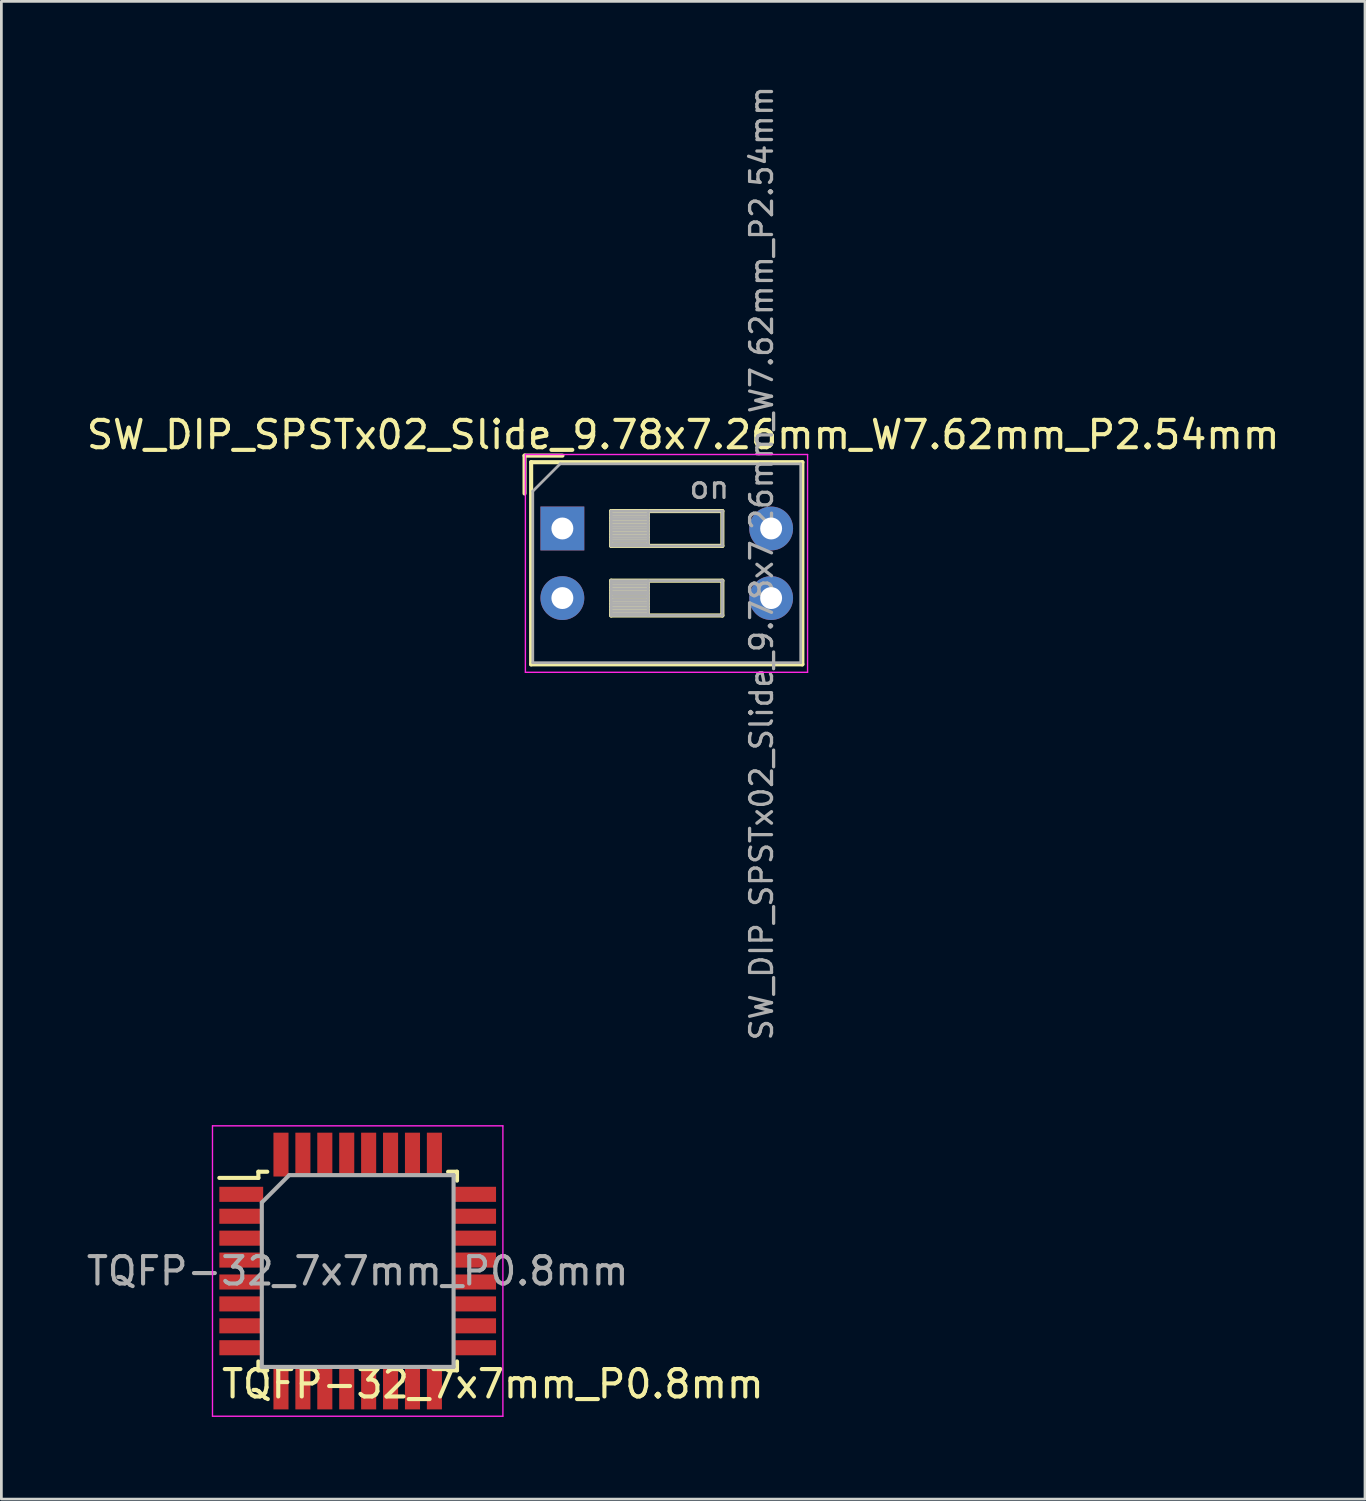
<source format=kicad_pcb>
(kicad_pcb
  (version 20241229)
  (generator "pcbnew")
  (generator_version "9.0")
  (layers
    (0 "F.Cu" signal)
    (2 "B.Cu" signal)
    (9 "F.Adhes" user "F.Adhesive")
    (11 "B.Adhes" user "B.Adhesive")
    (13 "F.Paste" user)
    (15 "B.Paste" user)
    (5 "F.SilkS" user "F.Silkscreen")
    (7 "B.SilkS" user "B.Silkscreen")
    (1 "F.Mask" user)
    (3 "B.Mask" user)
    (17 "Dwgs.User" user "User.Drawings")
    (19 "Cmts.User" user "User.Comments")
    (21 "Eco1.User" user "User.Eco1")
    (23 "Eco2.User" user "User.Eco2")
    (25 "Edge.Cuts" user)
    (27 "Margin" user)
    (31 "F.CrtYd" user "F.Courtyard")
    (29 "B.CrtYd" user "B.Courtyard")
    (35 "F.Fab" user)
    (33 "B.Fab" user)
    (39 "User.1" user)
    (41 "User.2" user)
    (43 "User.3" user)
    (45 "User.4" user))
  (footprint "SW_DIP_SPSTx02_Slide_9.78x7.26mm_W7.62mm_P2.54mm"
    (layer "F.Cu")
    (at 18.077 16.24)
    (property "Reference" "SW_DIP_SPSTx02_Slide_9.78x7.26mm_W7.62mm_P2.54mm" (at 3.81 -3.42 0) (layer "F.SilkS") (effects (font (size 1 1) (thickness 0.15))))
    (attr through_hole)
    (fp_line (start -1.98 -2.66) (end -1.98 -1.277) (stroke (width 0.15) (type solid)) (layer "F.SilkS"))
    (fp_line (start -1.98 -2.66) (end -0.596 -2.66) (stroke (width 0.15) (type solid)) (layer "F.SilkS"))
    (fp_line (start -1.74 -2.42) (end -1.74 4.96) (stroke (width 0.15) (type solid)) (layer "F.SilkS"))
    (fp_line (start -1.74 -2.42) (end 8.16 -2.42) (stroke (width 0.15) (type solid)) (layer "F.SilkS"))
    (fp_line (start -1.74 4.96) (end 8.16 4.96) (stroke (width 0.15) (type solid)) (layer "F.SilkS"))
    (fp_line (start 1.18 -0.635) (end 1.18 0.635) (stroke (width 0.15) (type solid)) (layer "F.SilkS"))
    (fp_line (start 1.18 -0.515) (end 2.533 -0.515) (stroke (width 0.12) (type solid)) (layer "F.SilkS"))
    (fp_line (start 1.18 -0.395) (end 2.533 -0.395) (stroke (width 0.12) (type solid)) (layer "F.SilkS"))
    (fp_line (start 1.18 -0.275) (end 2.533 -0.275) (stroke (width 0.12) (type solid)) (layer "F.SilkS"))
    (fp_line (start 1.18 -0.155) (end 2.533 -0.155) (stroke (width 0.12) (type solid)) (layer "F.SilkS"))
    (fp_line (start 1.18 -0.035) (end 2.533 -0.035) (stroke (width 0.12) (type solid)) (layer "F.SilkS"))
    (fp_line (start 1.18 0.085) (end 2.533 0.085) (stroke (width 0.12) (type solid)) (layer "F.SilkS"))
    (fp_line (start 1.18 0.205) (end 2.533 0.205) (stroke (width 0.12) (type solid)) (layer "F.SilkS"))
    (fp_line (start 1.18 0.325) (end 2.533 0.325) (stroke (width 0.12) (type solid)) (layer "F.SilkS"))
    (fp_line (start 1.18 0.445) (end 2.533 0.445) (stroke (width 0.12) (type solid)) (layer "F.SilkS"))
    (fp_line (start 1.18 0.565) (end 2.533 0.565) (stroke (width 0.12) (type solid)) (layer "F.SilkS"))
    (fp_line (start 1.18 0.635) (end 5.24 0.635) (stroke (width 0.15) (type solid)) (layer "F.SilkS"))
    (fp_line (start 1.18 1.905) (end 1.18 3.175) (stroke (width 0.15) (type solid)) (layer "F.SilkS"))
    (fp_line (start 1.18 2.025) (end 2.533 2.025) (stroke (width 0.12) (type solid)) (layer "F.SilkS"))
    (fp_line (start 1.18 2.145) (end 2.533 2.145) (stroke (width 0.12) (type solid)) (layer "F.SilkS"))
    (fp_line (start 1.18 2.265) (end 2.533 2.265) (stroke (width 0.12) (type solid)) (layer "F.SilkS"))
    (fp_line (start 1.18 2.385) (end 2.533 2.385) (stroke (width 0.12) (type solid)) (layer "F.SilkS"))
    (fp_line (start 1.18 2.505) (end 2.533 2.505) (stroke (width 0.12) (type solid)) (layer "F.SilkS"))
    (fp_line (start 1.18 2.625) (end 2.533 2.625) (stroke (width 0.12) (type solid)) (layer "F.SilkS"))
    (fp_line (start 1.18 2.745) (end 2.533 2.745) (stroke (width 0.12) (type solid)) (layer "F.SilkS"))
    (fp_line (start 1.18 2.865) (end 2.533 2.865) (stroke (width 0.12) (type solid)) (layer "F.SilkS"))
    (fp_line (start 1.18 2.985) (end 2.533 2.985) (stroke (width 0.12) (type solid)) (layer "F.SilkS"))
    (fp_line (start 1.18 3.105) (end 2.533 3.105) (stroke (width 0.12) (type solid)) (layer "F.SilkS"))
    (fp_line (start 1.18 3.175) (end 5.24 3.175) (stroke (width 0.15) (type solid)) (layer "F.SilkS"))
    (fp_line (start 2.533 -0.635) (end 2.533 0.635) (stroke (width 0.12) (type solid)) (layer "F.SilkS"))
    (fp_line (start 2.533 1.905) (end 2.533 3.175) (stroke (width 0.12) (type solid)) (layer "F.SilkS"))
    (fp_line (start 5.24 -0.635) (end 1.18 -0.635) (stroke (width 0.15) (type solid)) (layer "F.SilkS"))
    (fp_line (start 5.24 0.635) (end 5.24 -0.635) (stroke (width 0.15) (type solid)) (layer "F.SilkS"))
    (fp_line (start 5.24 1.905) (end 1.18 1.905) (stroke (width 0.15) (type solid)) (layer "F.SilkS"))
    (fp_line (start 5.24 3.175) (end 5.24 1.905) (stroke (width 0.15) (type solid)) (layer "F.SilkS"))
    (fp_line (start 8.16 -2.42) (end 8.16 4.96) (stroke (width 0.15) (type solid)) (layer "F.SilkS"))
    (fp_line (start -1.95 -2.7) (end -1.95 5.25) (stroke (width 0.05) (type solid)) (layer "F.CrtYd"))
    (fp_line (start -1.95 5.25) (end 8.35 5.25) (stroke (width 0.05) (type solid)) (layer "F.CrtYd"))
    (fp_line (start 8.35 -2.7) (end -1.95 -2.7) (stroke (width 0.05) (type solid)) (layer "F.CrtYd"))
    (fp_line (start 8.35 5.25) (end 8.35 -2.7) (stroke (width 0.05) (type solid)) (layer "F.CrtYd"))
    (fp_line (start -1.68 -1.36) (end -0.68 -2.36) (stroke (width 0.1) (type solid)) (layer "F.Fab"))
    (fp_line (start -1.68 4.9) (end -1.68 -1.36) (stroke (width 0.1) (type solid)) (layer "F.Fab"))
    (fp_line (start -0.68 -2.36) (end 8.1 -2.36) (stroke (width 0.1) (type solid)) (layer "F.Fab"))
    (fp_line (start 1.18 -0.635) (end 1.18 0.635) (stroke (width 0.1) (type solid)) (layer "F.Fab"))
    (fp_line (start 1.18 -0.535) (end 2.533 -0.535) (stroke (width 0.1) (type solid)) (layer "F.Fab"))
    (fp_line (start 1.18 -0.435) (end 2.533 -0.435) (stroke (width 0.1) (type solid)) (layer "F.Fab"))
    (fp_line (start 1.18 -0.335) (end 2.533 -0.335) (stroke (width 0.1) (type solid)) (layer "F.Fab"))
    (fp_line (start 1.18 -0.235) (end 2.533 -0.235) (stroke (width 0.1) (type solid)) (layer "F.Fab"))
    (fp_line (start 1.18 -0.135) (end 2.533 -0.135) (stroke (width 0.1) (type solid)) (layer "F.Fab"))
    (fp_line (start 1.18 -0.035) (end 2.533 -0.035) (stroke (width 0.1) (type solid)) (layer "F.Fab"))
    (fp_line (start 1.18 0.065) (end 2.533 0.065) (stroke (width 0.1) (type solid)) (layer "F.Fab"))
    (fp_line (start 1.18 0.165) (end 2.533 0.165) (stroke (width 0.1) (type solid)) (layer "F.Fab"))
    (fp_line (start 1.18 0.265) (end 2.533 0.265) (stroke (width 0.1) (type solid)) (layer "F.Fab"))
    (fp_line (start 1.18 0.365) (end 2.533 0.365) (stroke (width 0.1) (type solid)) (layer "F.Fab"))
    (fp_line (start 1.18 0.465) (end 2.533 0.465) (stroke (width 0.1) (type solid)) (layer "F.Fab"))
    (fp_line (start 1.18 0.565) (end 2.533 0.565) (stroke (width 0.1) (type solid)) (layer "F.Fab"))
    (fp_line (start 1.18 0.635) (end 5.24 0.635) (stroke (width 0.1) (type solid)) (layer "F.Fab"))
    (fp_line (start 1.18 1.905) (end 1.18 3.175) (stroke (width 0.1) (type solid)) (layer "F.Fab"))
    (fp_line (start 1.18 2.005) (end 2.533 2.005) (stroke (width 0.1) (type solid)) (layer "F.Fab"))
    (fp_line (start 1.18 2.105) (end 2.533 2.105) (stroke (width 0.1) (type solid)) (layer "F.Fab"))
    (fp_line (start 1.18 2.205) (end 2.533 2.205) (stroke (width 0.1) (type solid)) (layer "F.Fab"))
    (fp_line (start 1.18 2.305) (end 2.533 2.305) (stroke (width 0.1) (type solid)) (layer "F.Fab"))
    (fp_line (start 1.18 2.405) (end 2.533 2.405) (stroke (width 0.1) (type solid)) (layer "F.Fab"))
    (fp_line (start 1.18 2.505) (end 2.533 2.505) (stroke (width 0.1) (type solid)) (layer "F.Fab"))
    (fp_line (start 1.18 2.605) (end 2.533 2.605) (stroke (width 0.1) (type solid)) (layer "F.Fab"))
    (fp_line (start 1.18 2.705) (end 2.533 2.705) (stroke (width 0.1) (type solid)) (layer "F.Fab"))
    (fp_line (start 1.18 2.805) (end 2.533 2.805) (stroke (width 0.1) (type solid)) (layer "F.Fab"))
    (fp_line (start 1.18 2.905) (end 2.533 2.905) (stroke (width 0.1) (type solid)) (layer "F.Fab"))
    (fp_line (start 1.18 3.005) (end 2.533 3.005) (stroke (width 0.1) (type solid)) (layer "F.Fab"))
    (fp_line (start 1.18 3.105) (end 2.533 3.105) (stroke (width 0.1) (type solid)) (layer "F.Fab"))
    (fp_line (start 1.18 3.175) (end 5.24 3.175) (stroke (width 0.1) (type solid)) (layer "F.Fab"))
    (fp_line (start 2.533 -0.635) (end 2.533 0.635) (stroke (width 0.1) (type solid)) (layer "F.Fab"))
    (fp_line (start 2.533 1.905) (end 2.533 3.175) (stroke (width 0.1) (type solid)) (layer "F.Fab"))
    (fp_line (start 5.24 -0.635) (end 1.18 -0.635) (stroke (width 0.1) (type solid)) (layer "F.Fab"))
    (fp_line (start 5.24 0.635) (end 5.24 -0.635) (stroke (width 0.1) (type solid)) (layer "F.Fab"))
    (fp_line (start 5.24 1.905) (end 1.18 1.905) (stroke (width 0.1) (type solid)) (layer "F.Fab"))
    (fp_line (start 5.24 3.175) (end 5.24 1.905) (stroke (width 0.1) (type solid)) (layer "F.Fab"))
    (fp_line (start 8.1 -2.36) (end 8.1 4.9) (stroke (width 0.1) (type solid)) (layer "F.Fab"))
    (fp_line (start 8.1 4.9) (end -1.68 4.9) (stroke (width 0.1) (type solid)) (layer "F.Fab"))
    (fp_text user "${REFERENCE}" (at 6.67 1.27 90) (layer "F.Fab") (effects (font (size 0.8 0.8) (thickness 0.12))))
    (fp_text user "on" (at 4.765 -1.498 0) (layer "F.Fab") (effects (font (size 0.8 0.8) (thickness 0.12))))
    (pad "1" thru_hole rect (at -0.6 0) (size 1.6 1.6) (drill 0.8) (layers "*.Cu" "*.Mask"))
    (pad "3" thru_hole oval (at -0.6 2.54) (size 1.6 1.6) (drill 0.8) (layers "*.Cu" "*.Mask"))
    (pad "3" thru_hole oval (at 7.02 0) (size 1.6 1.6) (drill 0.8) (layers "*.Cu" "*.Mask"))
    (pad "4" thru_hole oval (at 7.02 2.54) (size 1.6 1.6) (drill 0.8) (layers "*.Cu" "*.Mask")))
  (footprint "TQFP-32_7x7mm_P0.8mm"
    (layer "F.Cu")
    (at 10.006 43.344)
    (property "Reference" "TQFP-32_7x7mm_P0.8mm" (at 4.934 4.123 0) (layer "F.SilkS") (effects (font (size 1 1) (thickness 0.15))))
    (attr smd)
    (fp_line (start -3.625 -3.625) (end -3.625 -3.4) (stroke (width 0.15) (type solid)) (layer "F.SilkS"))
    (fp_line (start -3.625 -3.625) (end -3.3 -3.625) (stroke (width 0.15) (type solid)) (layer "F.SilkS"))
    (fp_line (start -3.625 -3.4) (end -5.05 -3.4) (stroke (width 0.15) (type solid)) (layer "F.SilkS"))
    (fp_line (start -3.625 3.625) (end -3.625 3.3) (stroke (width 0.15) (type solid)) (layer "F.SilkS"))
    (fp_line (start -3.625 3.625) (end -3.3 3.625) (stroke (width 0.15) (type solid)) (layer "F.SilkS"))
    (fp_line (start 3.625 -3.625) (end 3.3 -3.625) (stroke (width 0.15) (type solid)) (layer "F.SilkS"))
    (fp_line (start 3.625 -3.625) (end 3.625 -3.3) (stroke (width 0.15) (type solid)) (layer "F.SilkS"))
    (fp_line (start 3.625 3.625) (end 3.3 3.625) (stroke (width 0.15) (type solid)) (layer "F.SilkS"))
    (fp_line (start 3.625 3.625) (end 3.625 3.3) (stroke (width 0.15) (type solid)) (layer "F.SilkS"))
    (fp_line (start -5.3 -5.3) (end -5.3 5.3) (stroke (width 0.05) (type solid)) (layer "F.CrtYd"))
    (fp_line (start -5.3 -5.3) (end 5.3 -5.3) (stroke (width 0.05) (type solid)) (layer "F.CrtYd"))
    (fp_line (start -5.3 5.3) (end 5.3 5.3) (stroke (width 0.05) (type solid)) (layer "F.CrtYd"))
    (fp_line (start 5.3 -5.3) (end 5.3 5.3) (stroke (width 0.05) (type solid)) (layer "F.CrtYd"))
    (fp_line (start -3.5 -2.5) (end -2.5 -3.5) (stroke (width 0.15) (type solid)) (layer "F.Fab"))
    (fp_line (start -3.5 3.5) (end -3.5 -2.5) (stroke (width 0.15) (type solid)) (layer "F.Fab"))
    (fp_line (start -2.5 -3.5) (end 3.5 -3.5) (stroke (width 0.15) (type solid)) (layer "F.Fab"))
    (fp_line (start 3.5 -3.5) (end 3.5 3.5) (stroke (width 0.15) (type solid)) (layer "F.Fab"))
    (fp_line (start 3.5 3.5) (end -3.5 3.5) (stroke (width 0.15) (type solid)) (layer "F.Fab"))
    (fp_text user "${REFERENCE}" (at 0 0 0) (layer "F.Fab") (effects (font (size 1 1) (thickness 0.15))))
    (pad "1" smd rect (at -4.25 -2.8) (size 1.6 0.55) (layers "F.Cu" "F.Mask" "F.Paste"))
    (pad "2" smd rect (at -4.25 -2) (size 1.6 0.55) (layers "F.Cu" "F.Mask" "F.Paste"))
    (pad "3" smd rect (at -4.25 -1.2) (size 1.6 0.55) (layers "F.Cu" "F.Mask" "F.Paste"))
    (pad "4" smd rect (at -4.25 -0.4) (size 1.6 0.55) (layers "F.Cu" "F.Mask" "F.Paste"))
    (pad "5" smd rect (at -4.25 0.4) (size 1.6 0.55) (layers "F.Cu" "F.Mask" "F.Paste"))
    (pad "6" smd rect (at -4.25 1.2) (size 1.6 0.55) (layers "F.Cu" "F.Mask" "F.Paste"))
    (pad "7" smd rect (at -4.25 2) (size 1.6 0.55) (layers "F.Cu" "F.Mask" "F.Paste"))
    (pad "8" smd rect (at -4.25 2.8) (size 1.6 0.55) (layers "F.Cu" "F.Mask" "F.Paste"))
    (pad "9" smd rect (at -2.8 4.25 90) (size 1.6 0.55) (layers "F.Cu" "F.Mask" "F.Paste"))
    (pad "10" smd rect (at -2 4.25 90) (size 1.6 0.55) (layers "F.Cu" "F.Mask" "F.Paste"))
    (pad "11" smd rect (at -1.2 4.25 90) (size 1.6 0.55) (layers "F.Cu" "F.Mask" "F.Paste"))
    (pad "12" smd rect (at -0.4 4.25 90) (size 1.6 0.55) (layers "F.Cu" "F.Mask" "F.Paste"))
    (pad "13" smd rect (at 0.4 4.25 90) (size 1.6 0.55) (layers "F.Cu" "F.Mask" "F.Paste"))
    (pad "14" smd rect (at 1.2 4.25 90) (size 1.6 0.55) (layers "F.Cu" "F.Mask" "F.Paste"))
    (pad "15" smd rect (at 2 4.25 90) (size 1.6 0.55) (layers "F.Cu" "F.Mask" "F.Paste"))
    (pad "16" smd rect (at 2.8 4.25 90) (size 1.6 0.55) (layers "F.Cu" "F.Mask" "F.Paste"))
    (pad "17" smd rect (at 4.25 2.8) (size 1.6 0.55) (layers "F.Cu" "F.Mask" "F.Paste"))
    (pad "18" smd rect (at 4.25 2) (size 1.6 0.55) (layers "F.Cu" "F.Mask" "F.Paste"))
    (pad "19" smd rect (at 4.25 1.2) (size 1.6 0.55) (layers "F.Cu" "F.Mask" "F.Paste"))
    (pad "20" smd rect (at 4.25 0.4) (size 1.6 0.55) (layers "F.Cu" "F.Mask" "F.Paste"))
    (pad "21" smd rect (at 4.25 -0.4) (size 1.6 0.55) (layers "F.Cu" "F.Mask" "F.Paste"))
    (pad "22" smd rect (at 4.25 -1.2) (size 1.6 0.55) (layers "F.Cu" "F.Mask" "F.Paste"))
    (pad "23" smd rect (at 4.25 -2) (size 1.6 0.55) (layers "F.Cu" "F.Mask" "F.Paste"))
    (pad "24" smd rect (at 4.25 -2.8) (size 1.6 0.55) (layers "F.Cu" "F.Mask" "F.Paste"))
    (pad "25" smd rect (at 2.8 -4.25 90) (size 1.6 0.55) (layers "F.Cu" "F.Mask" "F.Paste"))
    (pad "26" smd rect (at 2 -4.25 90) (size 1.6 0.55) (layers "F.Cu" "F.Mask" "F.Paste"))
    (pad "27" smd rect (at 1.2 -4.25 90) (size 1.6 0.55) (layers "F.Cu" "F.Mask" "F.Paste"))
    (pad "28" smd rect (at 0.4 -4.25 90) (size 1.6 0.55) (layers "F.Cu" "F.Mask" "F.Paste"))
    (pad "29" smd rect (at -0.4 -4.25 90) (size 1.6 0.55) (layers "F.Cu" "F.Mask" "F.Paste"))
    (pad "30" smd rect (at -1.2 -4.25 90) (size 1.6 0.55) (layers "F.Cu" "F.Mask" "F.Paste"))
    (pad "31" smd rect (at -2 -4.25 90) (size 1.6 0.55) (layers "F.Cu" "F.Mask" "F.Paste"))
    (pad "32" smd rect (at -2.8 -4.25 90) (size 1.6 0.55) (layers "F.Cu" "F.Mask" "F.Paste")))
  (gr_rect
    (start -3 -3)
    (end 46.774 51.669)
    (stroke (width 0.1) (type default))
    (fill no)
    (layer "Edge.Cuts")))
</source>
